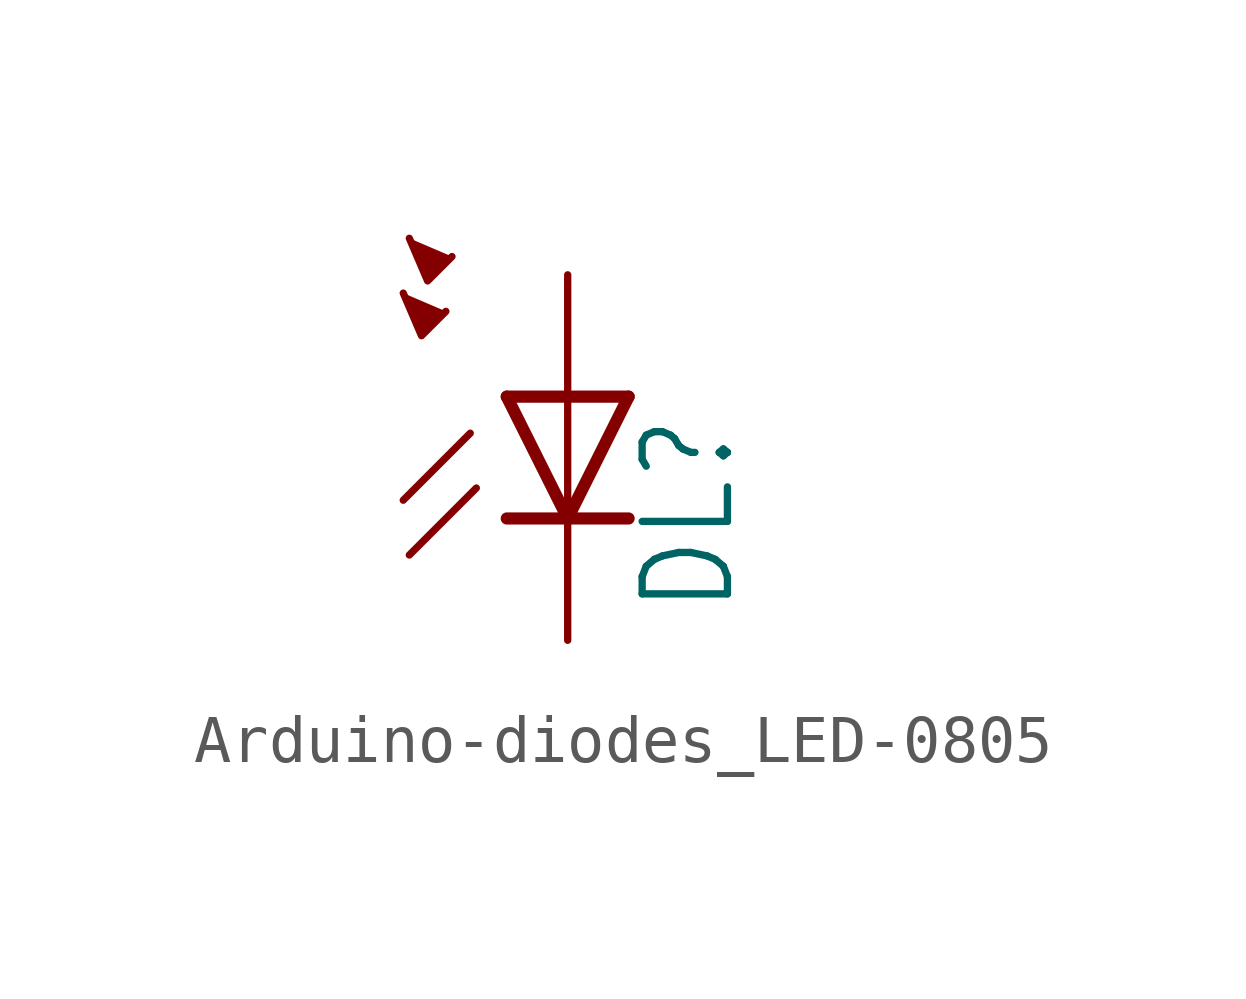
<source format=kicad_sym>
(kicad_symbol_lib
  (version 20241209)
  (generator "kicad_symbol_editor")
  (generator_version "9.0")
  (symbol "Arduino-diodes_LED-0805"
    (property "Reference" "DL"
      (at 3.556 -4.572 90)
      (effects (font (size 1.778 1.511)) (justify left bottom)))
    (property "Value" ""
      (at 5.715 -4.572 90)
      (effects (font (size 1.778 1.511)) (justify left bottom)))
    (property "ki_locked" ""
      (at 0 0 0)
      (effects (font (size 1.27 1.27))))
    (symbol "Arduino-diodes_LED-0805_1_0"
      (polyline (pts (xy -3.429 2.159) (xy -3.048 1.27) (xy -2.54 1.778)) (stroke (width 0.152) (type solid)) (fill (type outline)))
      (polyline (pts (xy -3.302 3.302) (xy -2.921 2.413) (xy -2.413 2.921)) (stroke (width 0.152) (type solid)) (fill (type outline)))
      (polyline (pts (xy -2.032 -0.762) (xy -3.429 -2.159)) (stroke (width 0.152) (type solid)) (fill (type none)))
      (polyline (pts (xy -1.905 -1.905) (xy -3.302 -3.302)) (stroke (width 0.152) (type solid)) (fill (type none)))
      (polyline (pts (xy 0 0) (xy -1.27 0)) (stroke (width 0.254) (type solid)) (fill (type none)))
      (polyline (pts (xy 0 0) (xy 0 -2.54)) (stroke (width 0.152) (type solid)) (fill (type none)))
      (polyline (pts (xy 0 -2.54) (xy -1.27 0)) (stroke (width 0.254) (type solid)) (fill (type none)))
      (polyline (pts (xy 0 -2.54) (xy -1.27 -2.54)) (stroke (width 0.254) (type solid)) (fill (type none)))
      (polyline (pts (xy 1.27 0) (xy 0 0)) (stroke (width 0.254) (type solid)) (fill (type none)))
      (polyline (pts (xy 1.27 0) (xy 0 -2.54)) (stroke (width 0.254) (type solid)) (fill (type none)))
      (polyline (pts (xy 1.27 -2.54) (xy 0 -2.54)) (stroke (width 0.254) (type solid)) (fill (type none)))
      (pin passive line (at 0 2.54 270) (length 2.54) (name "A" (effects (font (size 0 0)))) (number "A" (effects (font (size 0 0)))))
      (pin passive line (at 0 -5.08 90) (length 2.54) (name "C" (effects (font (size 0 0)))) (number "C" (effects (font (size 0 0))))))))
</source>
